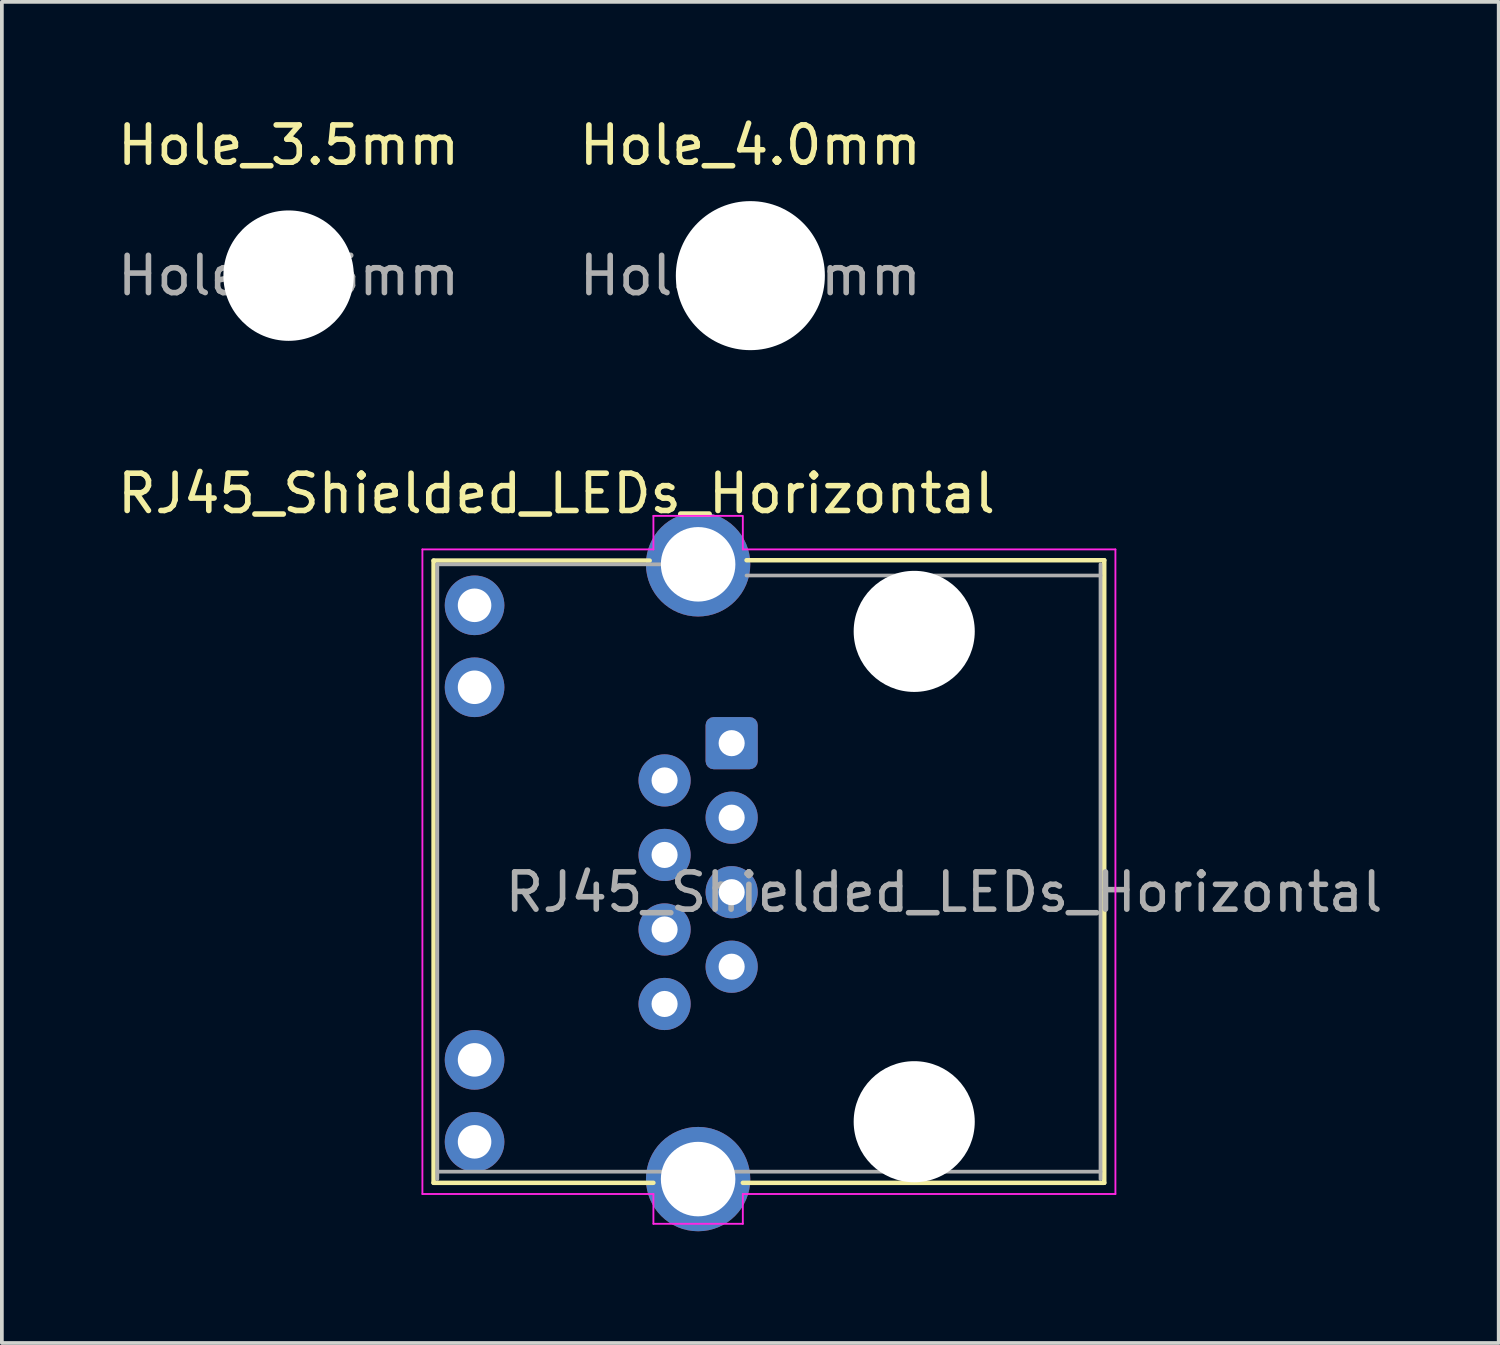
<source format=kicad_pcb>
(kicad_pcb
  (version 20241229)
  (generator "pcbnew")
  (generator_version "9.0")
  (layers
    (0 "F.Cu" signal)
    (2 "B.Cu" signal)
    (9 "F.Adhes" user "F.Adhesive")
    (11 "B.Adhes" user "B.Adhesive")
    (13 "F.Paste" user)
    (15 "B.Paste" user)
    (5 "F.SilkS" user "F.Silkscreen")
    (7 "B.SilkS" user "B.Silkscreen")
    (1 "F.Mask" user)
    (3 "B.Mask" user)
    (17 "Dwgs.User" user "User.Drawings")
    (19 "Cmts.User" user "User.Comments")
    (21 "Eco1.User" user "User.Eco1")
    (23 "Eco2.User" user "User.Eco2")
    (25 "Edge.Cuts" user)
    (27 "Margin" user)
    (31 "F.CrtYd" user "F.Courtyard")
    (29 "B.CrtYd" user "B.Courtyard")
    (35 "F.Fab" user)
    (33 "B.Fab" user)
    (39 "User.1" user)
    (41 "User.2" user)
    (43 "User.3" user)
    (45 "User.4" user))
  (footprint "Hole_4.0mm"
    (layer "F.Cu")
    (at 17.089 4.348)
    (property "Reference" "Hole_4.0mm" (at 0 -3.5 0) (layer "F.SilkS") (effects (font (size 1 1) (thickness 0.15))))
    (attr exclude_from_pos_files exclude_from_bom)
    (fp_text user "${REFERENCE}" (at 0 0 0) (layer "F.Fab") (effects (font (size 1 1) (thickness 0.15))))
    (pad "" np_thru_hole circle (at 0 0) (size 4 4) (drill 4) (layers "*.Cu" "*.Mask")))
  (footprint "RJ45_Shielded_LEDs_Horizontal"
    (layer "F.Cu")
    (at 16.587 16.896)
    (property "Reference" "RJ45_Shielded_LEDs_Horizontal" (at -4.7 -6.7 0) (layer "F.SilkS") (effects (font (size 1 1) (thickness 0.15))))
    (attr through_hole)
    (fp_line (start -8 -4.9) (end -8 11.8) (stroke (width 0.12) (type solid)) (layer "F.SilkS"))
    (fp_line (start -8 11.8) (end -2.1 11.8) (stroke (width 0.12) (type solid)) (layer "F.SilkS"))
    (fp_line (start -2.2 -4.9) (end -8 -4.9) (stroke (width 0.12) (type solid)) (layer "F.SilkS"))
    (fp_line (start 0.3 11.8) (end 10 11.8) (stroke (width 0.12) (type solid)) (layer "F.SilkS"))
    (fp_line (start 10 -4.91) (end 0.4 -4.91) (stroke (width 0.12) (type solid)) (layer "F.SilkS"))
    (fp_line (start 10 11.8) (end 10 -4.91) (stroke (width 0.12) (type solid)) (layer "F.SilkS"))
    (fp_line (start -8.3 -5.2) (end -8.3 12.1) (stroke (width 0.05) (type solid)) (layer "F.CrtYd"))
    (fp_line (start -2.1 -6.1) (end -2.1 -5.2) (stroke (width 0.05) (type solid)) (layer "F.CrtYd"))
    (fp_line (start -2.1 -5.2) (end -8.3 -5.2) (stroke (width 0.05) (type solid)) (layer "F.CrtYd"))
    (fp_line (start -2.1 12.1) (end -8.3 12.1) (stroke (width 0.05) (type solid)) (layer "F.CrtYd"))
    (fp_line (start -2.1 12.1) (end -2.1 12.9) (stroke (width 0.05) (type solid)) (layer "F.CrtYd"))
    (fp_line (start 0.28 -6.1) (end -2.1 -6.1) (stroke (width 0.05) (type solid)) (layer "F.CrtYd"))
    (fp_line (start 0.3 -6.1) (end 0.3 -5.2) (stroke (width 0.05) (type solid)) (layer "F.CrtYd"))
    (fp_line (start 0.3 12.1) (end 0.3 12.9) (stroke (width 0.05) (type solid)) (layer "F.CrtYd"))
    (fp_line (start 0.3 12.9) (end -2.1 12.9) (stroke (width 0.05) (type solid)) (layer "F.CrtYd"))
    (fp_line (start 10.3 -5.2) (end 0.3 -5.2) (stroke (width 0.05) (type solid)) (layer "F.CrtYd"))
    (fp_line (start 10.3 12.1) (end 0.3 12.1) (stroke (width 0.05) (type solid)) (layer "F.CrtYd"))
    (fp_line (start 10.3 12.1) (end 10.3 -5.2) (stroke (width 0.05) (type solid)) (layer "F.CrtYd"))
    (fp_line (start -7.9 -4.8) (end -7.9 11.7) (stroke (width 0.1) (type solid)) (layer "F.Fab"))
    (fp_line (start -7.9 11.5) (end 9.9 11.5) (stroke (width 0.1) (type solid)) (layer "F.Fab"))
    (fp_line (start -1.8 -4.8) (end -7.9 -4.8) (stroke (width 0.1) (type solid)) (layer "F.Fab"))
    (fp_line (start 9.9 -4.5) (end 0.4 -4.5) (stroke (width 0.1) (type solid)) (layer "F.Fab"))
    (fp_line (start 9.9 11.7) (end 9.9 -4.8) (stroke (width 0.1) (type solid)) (layer "F.Fab"))
    (fp_text user "${REFERENCE}" (at 5.7 4 180) (layer "F.Fab") (effects (font (size 1 1) (thickness 0.15))))
    (pad "" np_thru_hole circle (at 4.9 -3 90) (size 3.25 3.25) (drill 3.25) (layers "*.Cu" "*.Mask"))
    (pad "" np_thru_hole circle (at 4.9 10.16 90) (size 3.25 3.25) (drill 3.25) (layers "*.Cu" "*.Mask"))
    (pad "1" thru_hole roundrect (at 0 0 90) (size 1.4 1.4) (drill 0.7) (layers "*.Cu" "*.Mask") (roundrect_rratio 0.155))
    (pad "2" thru_hole circle (at -1.8 1 90) (size 1.4 1.4) (drill 0.7) (layers "*.Cu" "*.Mask"))
    (pad "3" thru_hole circle (at 0 2 90) (size 1.4 1.4) (drill 0.7) (layers "*.Cu" "*.Mask"))
    (pad "4" thru_hole circle (at -1.8 3 90) (size 1.4 1.4) (drill 0.7) (layers "*.Cu" "*.Mask"))
    (pad "5" thru_hole circle (at 0 4 90) (size 1.4 1.4) (drill 0.7) (layers "*.Cu" "*.Mask"))
    (pad "6" thru_hole circle (at -1.8 5 90) (size 1.4 1.4) (drill 0.7) (layers "*.Cu" "*.Mask"))
    (pad "7" thru_hole circle (at 0 6 90) (size 1.4 1.4) (drill 0.7) (layers "*.Cu" "*.Mask"))
    (pad "8" thru_hole circle (at -1.8 7 90) (size 1.4 1.4) (drill 0.7) (layers "*.Cu" "*.Mask"))
    (pad "9" thru_hole circle (at -6.9 -3.7 90) (size 1.6 1.6) (drill 0.9) (layers "*.Cu" "*.Mask"))
    (pad "10" thru_hole circle (at -6.9 -1.5 90) (size 1.6 1.6) (drill 0.9) (layers "*.Cu" "*.Mask"))
    (pad "11" thru_hole circle (at -6.9 8.5 90) (size 1.6 1.6) (drill 0.9) (layers "*.Cu" "*.Mask"))
    (pad "12" thru_hole circle (at -6.9 10.7 90) (size 1.6 1.6) (drill 0.9) (layers "*.Cu" "*.Mask"))
    (pad "SH" thru_hole circle (at -0.9 -4.8 90) (size 2.8 2.8) (drill 2) (layers "*.Cu" "*.Mask"))
    (pad "SH" thru_hole circle (at -0.9 11.7 90) (size 2.8 2.8) (drill 2) (layers "*.Cu" "*.Mask")))
  (footprint "Hole_3.5mm"
    (layer "F.Cu")
    (at 4.696 4.348)
    (property "Reference" "Hole_3.5mm" (at 0 -3.5 0) (layer "F.SilkS") (effects (font (size 1 1) (thickness 0.15))))
    (attr exclude_from_pos_files exclude_from_bom)
    (fp_text user "${REFERENCE}" (at 0 0 0) (layer "F.Fab") (effects (font (size 1 1) (thickness 0.15))))
    (pad "" np_thru_hole circle (at 0 0) (size 3.5 3.5) (drill 3.5) (layers "*.Cu" "*.Mask")))
  (gr_rect
    (start -3 -3)
    (end 37.174 32.996)
    (stroke (width 0.1) (type default))
    (fill no)
    (layer "Edge.Cuts")))
</source>
